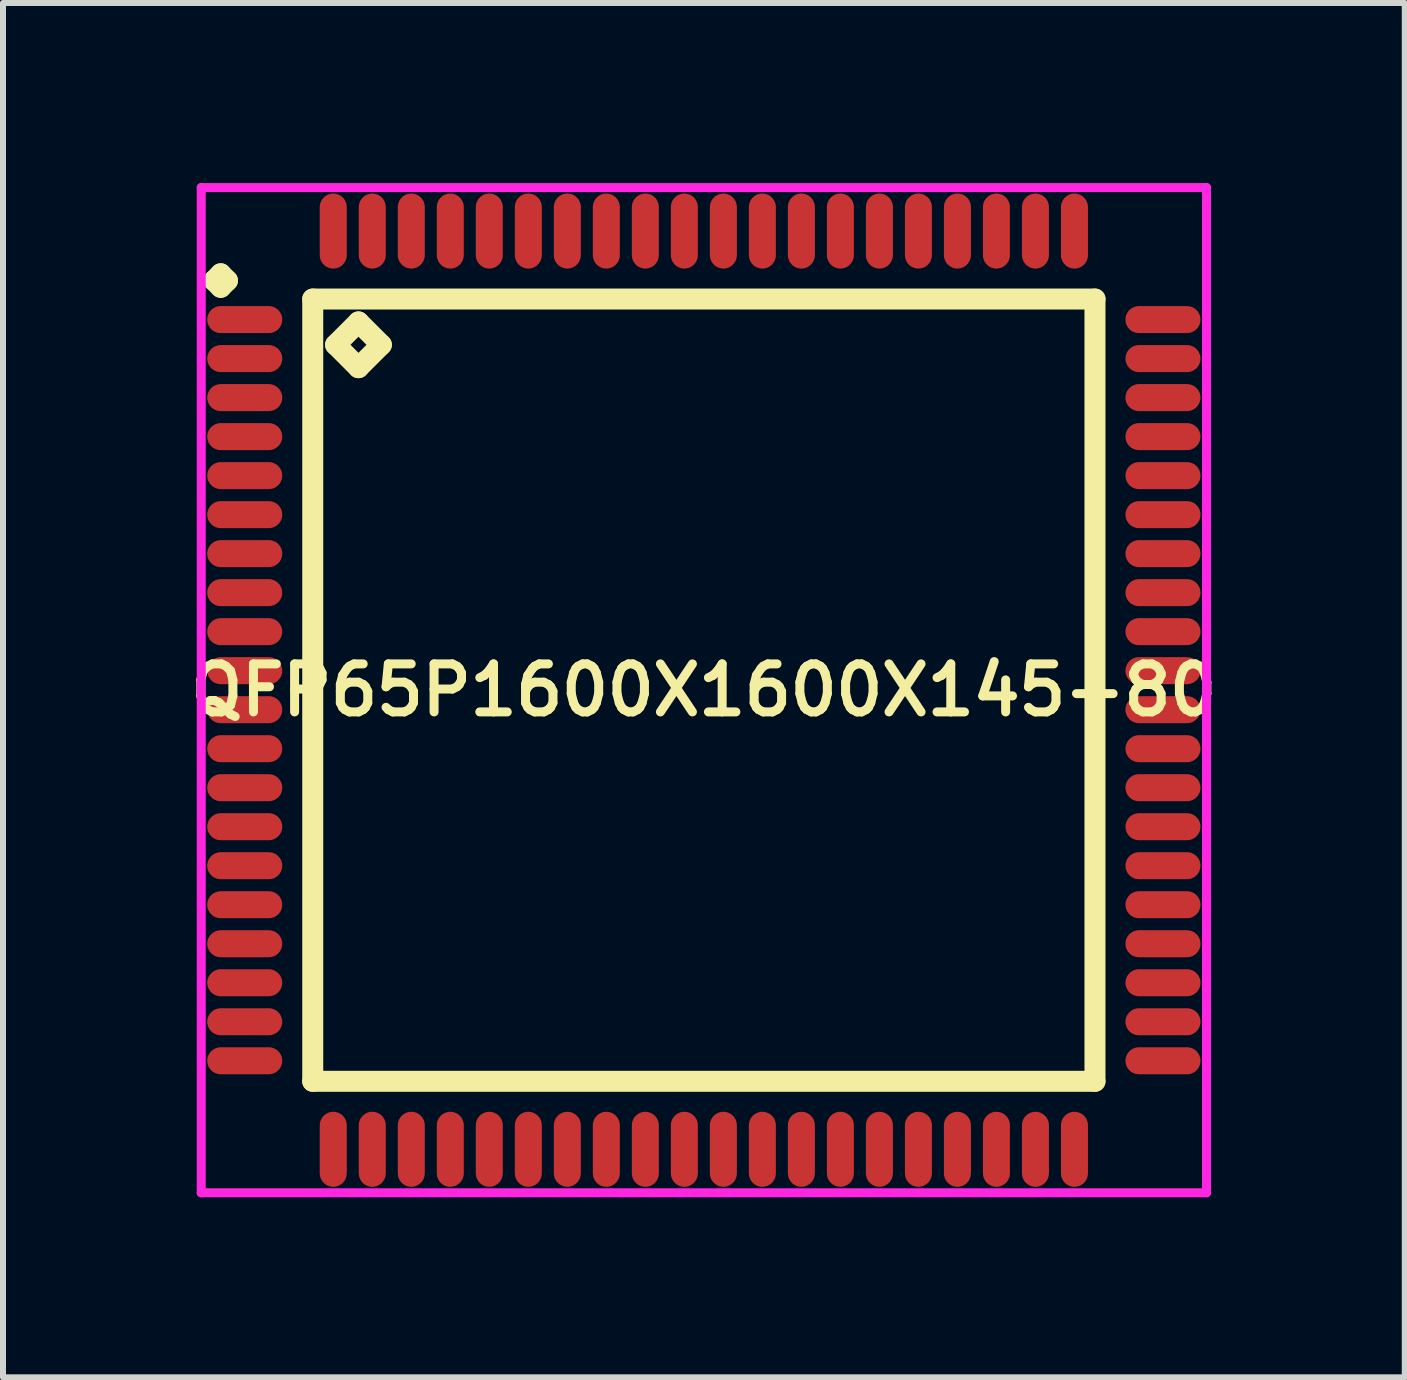
<source format=kicad_pcb>
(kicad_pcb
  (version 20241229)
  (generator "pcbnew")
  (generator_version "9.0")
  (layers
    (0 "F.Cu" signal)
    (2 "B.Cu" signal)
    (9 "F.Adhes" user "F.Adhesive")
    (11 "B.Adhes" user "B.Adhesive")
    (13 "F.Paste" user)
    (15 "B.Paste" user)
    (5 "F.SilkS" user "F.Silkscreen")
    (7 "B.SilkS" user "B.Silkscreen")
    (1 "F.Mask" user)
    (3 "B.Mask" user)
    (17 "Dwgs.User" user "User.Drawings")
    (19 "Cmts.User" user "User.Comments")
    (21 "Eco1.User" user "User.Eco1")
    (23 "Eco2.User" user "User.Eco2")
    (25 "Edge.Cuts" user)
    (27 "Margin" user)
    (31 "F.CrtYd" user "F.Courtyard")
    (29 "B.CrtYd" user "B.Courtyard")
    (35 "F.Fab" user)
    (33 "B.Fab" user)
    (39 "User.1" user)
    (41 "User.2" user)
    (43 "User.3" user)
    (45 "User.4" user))
  (footprint "QFP65P1600X1600X145-80"
    (layer "F.Cu")
    (at 8.678 8.45)
    (property "Reference" "QFP65P1600X1600X145-80" (at 0 0 0) (layer "F.SilkS") (effects (font (size 0.8 0.8) (thickness 0.15))))
    (attr smd)
    (fp_line (start -8.162 -6.825) (end -8.05 -6.938) (stroke (width 0.35) (type solid)) (layer "F.SilkS"))
    (fp_line (start -8.05 -6.938) (end -7.938 -6.825) (stroke (width 0.35) (type solid)) (layer "F.SilkS"))
    (fp_line (start -8.05 -6.713) (end -8.162 -6.825) (stroke (width 0.35) (type solid)) (layer "F.SilkS"))
    (fp_line (start -7.938 -6.825) (end -8.05 -6.713) (stroke (width 0.35) (type solid)) (layer "F.SilkS"))
    (fp_line (start -6.517 -6.517) (end -6.517 6.517) (stroke (width 0.35) (type solid)) (layer "F.SilkS"))
    (fp_line (start -6.517 6.517) (end 6.517 6.517) (stroke (width 0.35) (type solid)) (layer "F.SilkS"))
    (fp_line (start -6.136 -5.755) (end -5.755 -6.136) (stroke (width 0.35) (type solid)) (layer "F.SilkS"))
    (fp_line (start -5.755 -6.136) (end -5.374 -5.755) (stroke (width 0.35) (type solid)) (layer "F.SilkS"))
    (fp_line (start -5.755 -5.374) (end -6.136 -5.755) (stroke (width 0.35) (type solid)) (layer "F.SilkS"))
    (fp_line (start -5.374 -5.755) (end -5.755 -5.374) (stroke (width 0.35) (type solid)) (layer "F.SilkS"))
    (fp_line (start 6.517 -6.517) (end -6.517 -6.517) (stroke (width 0.35) (type solid)) (layer "F.SilkS"))
    (fp_line (start 6.517 6.517) (end 6.517 -6.517) (stroke (width 0.35) (type solid)) (layer "F.SilkS"))
    (fp_line (start -8.375 -8.375) (end 8.375 -8.375) (stroke (width 0.15) (type solid)) (layer "F.CrtYd"))
    (fp_line (start -8.375 8.375) (end -8.375 -8.375) (stroke (width 0.15) (type solid)) (layer "F.CrtYd"))
    (fp_line (start 8.375 -8.375) (end 8.375 8.375) (stroke (width 0.15) (type solid)) (layer "F.CrtYd"))
    (fp_line (start 8.375 8.375) (end -8.375 8.375) (stroke (width 0.15) (type solid)) (layer "F.CrtYd"))
    (pad "1" smd oval (at -7.65 -6.175) (size 1.25 0.45) (layers "F.Cu" "F.Mask" "F.Paste"))
    (pad "2" smd oval (at -7.65 -5.525) (size 1.25 0.45) (layers "F.Cu" "F.Mask" "F.Paste"))
    (pad "3" smd oval (at -7.65 -4.875) (size 1.25 0.45) (layers "F.Cu" "F.Mask" "F.Paste"))
    (pad "4" smd oval (at -7.65 -4.225) (size 1.25 0.45) (layers "F.Cu" "F.Mask" "F.Paste"))
    (pad "5" smd oval (at -7.65 -3.575) (size 1.25 0.45) (layers "F.Cu" "F.Mask" "F.Paste"))
    (pad "6" smd oval (at -7.65 -2.925) (size 1.25 0.45) (layers "F.Cu" "F.Mask" "F.Paste"))
    (pad "7" smd oval (at -7.65 -2.275) (size 1.25 0.45) (layers "F.Cu" "F.Mask" "F.Paste"))
    (pad "8" smd oval (at -7.65 -1.625) (size 1.25 0.45) (layers "F.Cu" "F.Mask" "F.Paste"))
    (pad "9" smd oval (at -7.65 -0.975) (size 1.25 0.45) (layers "F.Cu" "F.Mask" "F.Paste"))
    (pad "10" smd oval (at -7.65 -0.325) (size 1.25 0.45) (layers "F.Cu" "F.Mask" "F.Paste"))
    (pad "11" smd oval (at -7.65 0.325) (size 1.25 0.45) (layers "F.Cu" "F.Mask" "F.Paste"))
    (pad "12" smd oval (at -7.65 0.975) (size 1.25 0.45) (layers "F.Cu" "F.Mask" "F.Paste"))
    (pad "13" smd oval (at -7.65 1.625) (size 1.25 0.45) (layers "F.Cu" "F.Mask" "F.Paste"))
    (pad "14" smd oval (at -7.65 2.275) (size 1.25 0.45) (layers "F.Cu" "F.Mask" "F.Paste"))
    (pad "15" smd oval (at -7.65 2.925) (size 1.25 0.45) (layers "F.Cu" "F.Mask" "F.Paste"))
    (pad "16" smd oval (at -7.65 3.575) (size 1.25 0.45) (layers "F.Cu" "F.Mask" "F.Paste"))
    (pad "17" smd oval (at -7.65 4.225) (size 1.25 0.45) (layers "F.Cu" "F.Mask" "F.Paste"))
    (pad "18" smd oval (at -7.65 4.875) (size 1.25 0.45) (layers "F.Cu" "F.Mask" "F.Paste"))
    (pad "19" smd oval (at -7.65 5.525) (size 1.25 0.45) (layers "F.Cu" "F.Mask" "F.Paste"))
    (pad "20" smd oval (at -7.65 6.175) (size 1.25 0.45) (layers "F.Cu" "F.Mask" "F.Paste"))
    (pad "21" smd oval (at -6.175 7.65) (size 0.45 1.25) (layers "F.Cu" "F.Mask" "F.Paste"))
    (pad "22" smd oval (at -5.525 7.65) (size 0.45 1.25) (layers "F.Cu" "F.Mask" "F.Paste"))
    (pad "23" smd oval (at -4.875 7.65) (size 0.45 1.25) (layers "F.Cu" "F.Mask" "F.Paste"))
    (pad "24" smd oval (at -4.225 7.65) (size 0.45 1.25) (layers "F.Cu" "F.Mask" "F.Paste"))
    (pad "25" smd oval (at -3.575 7.65) (size 0.45 1.25) (layers "F.Cu" "F.Mask" "F.Paste"))
    (pad "26" smd oval (at -2.925 7.65) (size 0.45 1.25) (layers "F.Cu" "F.Mask" "F.Paste"))
    (pad "27" smd oval (at -2.275 7.65) (size 0.45 1.25) (layers "F.Cu" "F.Mask" "F.Paste"))
    (pad "28" smd oval (at -1.625 7.65) (size 0.45 1.25) (layers "F.Cu" "F.Mask" "F.Paste"))
    (pad "29" smd oval (at -0.975 7.65) (size 0.45 1.25) (layers "F.Cu" "F.Mask" "F.Paste"))
    (pad "30" smd oval (at -0.325 7.65) (size 0.45 1.25) (layers "F.Cu" "F.Mask" "F.Paste"))
    (pad "31" smd oval (at 0.325 7.65) (size 0.45 1.25) (layers "F.Cu" "F.Mask" "F.Paste"))
    (pad "32" smd oval (at 0.975 7.65) (size 0.45 1.25) (layers "F.Cu" "F.Mask" "F.Paste"))
    (pad "33" smd oval (at 1.625 7.65) (size 0.45 1.25) (layers "F.Cu" "F.Mask" "F.Paste"))
    (pad "34" smd oval (at 2.275 7.65) (size 0.45 1.25) (layers "F.Cu" "F.Mask" "F.Paste"))
    (pad "35" smd oval (at 2.925 7.65) (size 0.45 1.25) (layers "F.Cu" "F.Mask" "F.Paste"))
    (pad "36" smd oval (at 3.575 7.65) (size 0.45 1.25) (layers "F.Cu" "F.Mask" "F.Paste"))
    (pad "37" smd oval (at 4.225 7.65) (size 0.45 1.25) (layers "F.Cu" "F.Mask" "F.Paste"))
    (pad "38" smd oval (at 4.875 7.65) (size 0.45 1.25) (layers "F.Cu" "F.Mask" "F.Paste"))
    (pad "39" smd oval (at 5.525 7.65) (size 0.45 1.25) (layers "F.Cu" "F.Mask" "F.Paste"))
    (pad "40" smd oval (at 6.175 7.65) (size 0.45 1.25) (layers "F.Cu" "F.Mask" "F.Paste"))
    (pad "41" smd oval (at 7.65 6.175) (size 1.25 0.45) (layers "F.Cu" "F.Mask" "F.Paste"))
    (pad "42" smd oval (at 7.65 5.525) (size 1.25 0.45) (layers "F.Cu" "F.Mask" "F.Paste"))
    (pad "43" smd oval (at 7.65 4.875) (size 1.25 0.45) (layers "F.Cu" "F.Mask" "F.Paste"))
    (pad "44" smd oval (at 7.65 4.225) (size 1.25 0.45) (layers "F.Cu" "F.Mask" "F.Paste"))
    (pad "45" smd oval (at 7.65 3.575) (size 1.25 0.45) (layers "F.Cu" "F.Mask" "F.Paste"))
    (pad "46" smd oval (at 7.65 2.925) (size 1.25 0.45) (layers "F.Cu" "F.Mask" "F.Paste"))
    (pad "47" smd oval (at 7.65 2.275) (size 1.25 0.45) (layers "F.Cu" "F.Mask" "F.Paste"))
    (pad "48" smd oval (at 7.65 1.625) (size 1.25 0.45) (layers "F.Cu" "F.Mask" "F.Paste"))
    (pad "49" smd oval (at 7.65 0.975) (size 1.25 0.45) (layers "F.Cu" "F.Mask" "F.Paste"))
    (pad "50" smd oval (at 7.65 0.325) (size 1.25 0.45) (layers "F.Cu" "F.Mask" "F.Paste"))
    (pad "51" smd oval (at 7.65 -0.325) (size 1.25 0.45) (layers "F.Cu" "F.Mask" "F.Paste"))
    (pad "52" smd oval (at 7.65 -0.975) (size 1.25 0.45) (layers "F.Cu" "F.Mask" "F.Paste"))
    (pad "53" smd oval (at 7.65 -1.625) (size 1.25 0.45) (layers "F.Cu" "F.Mask" "F.Paste"))
    (pad "54" smd oval (at 7.65 -2.275) (size 1.25 0.45) (layers "F.Cu" "F.Mask" "F.Paste"))
    (pad "55" smd oval (at 7.65 -2.925) (size 1.25 0.45) (layers "F.Cu" "F.Mask" "F.Paste"))
    (pad "56" smd oval (at 7.65 -3.575) (size 1.25 0.45) (layers "F.Cu" "F.Mask" "F.Paste"))
    (pad "57" smd oval (at 7.65 -4.225) (size 1.25 0.45) (layers "F.Cu" "F.Mask" "F.Paste"))
    (pad "58" smd oval (at 7.65 -4.875) (size 1.25 0.45) (layers "F.Cu" "F.Mask" "F.Paste"))
    (pad "59" smd oval (at 7.65 -5.525) (size 1.25 0.45) (layers "F.Cu" "F.Mask" "F.Paste"))
    (pad "60" smd oval (at 7.65 -6.175) (size 1.25 0.45) (layers "F.Cu" "F.Mask" "F.Paste"))
    (pad "61" smd oval (at 6.175 -7.65) (size 0.45 1.25) (layers "F.Cu" "F.Mask" "F.Paste"))
    (pad "62" smd oval (at 5.525 -7.65) (size 0.45 1.25) (layers "F.Cu" "F.Mask" "F.Paste"))
    (pad "63" smd oval (at 4.875 -7.65) (size 0.45 1.25) (layers "F.Cu" "F.Mask" "F.Paste"))
    (pad "64" smd oval (at 4.225 -7.65) (size 0.45 1.25) (layers "F.Cu" "F.Mask" "F.Paste"))
    (pad "65" smd oval (at 3.575 -7.65) (size 0.45 1.25) (layers "F.Cu" "F.Mask" "F.Paste"))
    (pad "66" smd oval (at 2.925 -7.65) (size 0.45 1.25) (layers "F.Cu" "F.Mask" "F.Paste"))
    (pad "67" smd oval (at 2.275 -7.65) (size 0.45 1.25) (layers "F.Cu" "F.Mask" "F.Paste"))
    (pad "68" smd oval (at 1.625 -7.65) (size 0.45 1.25) (layers "F.Cu" "F.Mask" "F.Paste"))
    (pad "69" smd oval (at 0.975 -7.65) (size 0.45 1.25) (layers "F.Cu" "F.Mask" "F.Paste"))
    (pad "70" smd oval (at 0.325 -7.65) (size 0.45 1.25) (layers "F.Cu" "F.Mask" "F.Paste"))
    (pad "71" smd oval (at -0.325 -7.65) (size 0.45 1.25) (layers "F.Cu" "F.Mask" "F.Paste"))
    (pad "72" smd oval (at -0.975 -7.65) (size 0.45 1.25) (layers "F.Cu" "F.Mask" "F.Paste"))
    (pad "73" smd oval (at -1.625 -7.65) (size 0.45 1.25) (layers "F.Cu" "F.Mask" "F.Paste"))
    (pad "74" smd oval (at -2.275 -7.65) (size 0.45 1.25) (layers "F.Cu" "F.Mask" "F.Paste"))
    (pad "75" smd oval (at -2.925 -7.65) (size 0.45 1.25) (layers "F.Cu" "F.Mask" "F.Paste"))
    (pad "76" smd oval (at -3.575 -7.65) (size 0.45 1.25) (layers "F.Cu" "F.Mask" "F.Paste"))
    (pad "77" smd oval (at -4.225 -7.65) (size 0.45 1.25) (layers "F.Cu" "F.Mask" "F.Paste"))
    (pad "78" smd oval (at -4.875 -7.65) (size 0.45 1.25) (layers "F.Cu" "F.Mask" "F.Paste"))
    (pad "79" smd oval (at -5.525 -7.65) (size 0.45 1.25) (layers "F.Cu" "F.Mask" "F.Paste"))
    (pad "80" smd oval (at -6.175 -7.65) (size 0.45 1.25) (layers "F.Cu" "F.Mask" "F.Paste")))
  (gr_rect
    (start -3 -3)
    (end 20.357 19.9)
    (stroke (width 0.1) (type default))
    (fill no)
    (layer "Edge.Cuts")))
</source>
